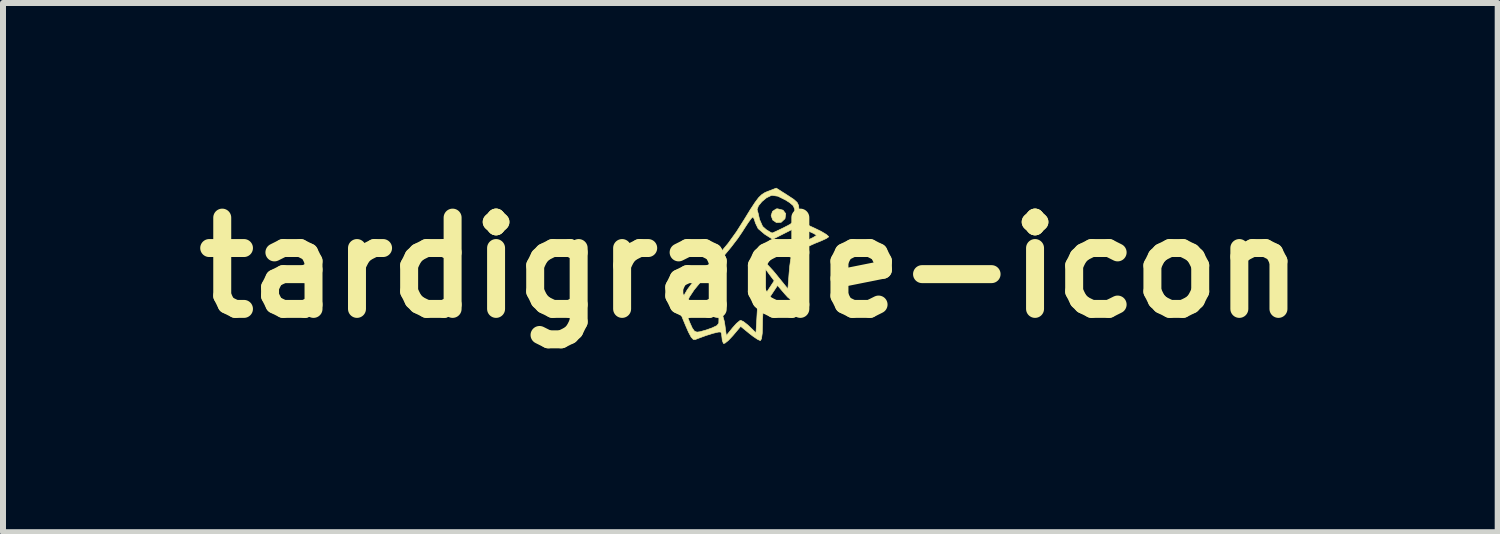
<source format=kicad_pcb>
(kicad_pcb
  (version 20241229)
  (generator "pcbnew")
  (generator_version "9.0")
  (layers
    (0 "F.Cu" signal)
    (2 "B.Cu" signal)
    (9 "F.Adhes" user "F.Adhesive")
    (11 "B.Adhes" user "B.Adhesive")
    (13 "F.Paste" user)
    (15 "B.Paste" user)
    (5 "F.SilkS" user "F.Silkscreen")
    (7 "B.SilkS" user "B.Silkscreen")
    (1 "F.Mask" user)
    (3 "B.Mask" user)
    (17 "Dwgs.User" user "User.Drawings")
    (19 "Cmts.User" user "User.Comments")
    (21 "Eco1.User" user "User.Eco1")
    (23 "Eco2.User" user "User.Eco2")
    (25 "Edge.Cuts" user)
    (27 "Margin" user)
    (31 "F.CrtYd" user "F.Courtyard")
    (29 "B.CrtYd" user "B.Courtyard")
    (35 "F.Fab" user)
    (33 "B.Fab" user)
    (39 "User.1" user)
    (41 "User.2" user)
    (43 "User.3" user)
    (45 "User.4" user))
  (footprint "tardigrade-icon"
    (layer "F.Cu")
    (at 9.478 1.418)
    (property "Reference" "tardigrade-icon" (at 0 0 0) (layer "F.SilkS") (effects (font (size 1.524 1.524) (thickness 0.3))))
    (attr through_hole)
    (fp_poly (pts (xy 0.546 -0.959) (xy 0.591 -0.9) (xy 0.579 -0.819) (xy 0.577 -0.815) (xy 0.514 -0.756) (xy 0.435 -0.752) (xy 0.374 -0.794) (xy 0.347 -0.868) (xy 0.37 -0.939) (xy 0.432 -0.98) (xy 0.455 -0.982) (xy 0.546 -0.959)) (stroke (width 0.01) (type solid)) (fill yes) (layer "F.SilkS"))
    (fp_poly (pts (xy 0.623 -1.206) (xy 0.725 -1.139) (xy 0.781 -1.088) (xy 0.806 -1.036) (xy 0.813 -0.962) (xy 0.813 -0.931) (xy 0.813 -0.777) (xy 1.069 -0.66) (xy 1.184 -0.604) (xy 1.267 -0.554) (xy 1.306 -0.52) (xy 1.307 -0.513) (xy 1.268 -0.486) (xy 1.183 -0.447) (xy 1.081 -0.406) (xy 0.946 -0.346) (xy 0.854 -0.279) (xy 0.788 -0.198) (xy 0.746 -0.129) (xy 0.723 -0.068) (xy 0.714 0.007) (xy 0.717 0.114) (xy 0.725 0.221) (xy 0.733 0.357) (xy 0.734 0.468) (xy 0.728 0.537) (xy 0.725 0.548) (xy 0.69 0.549) (xy 0.624 0.494) (xy 0.577 0.442) (xy 0.454 0.298) (xy 0.329 0.487) (xy 0.265 0.587) (xy 0.228 0.667) (xy 0.21 0.752) (xy 0.204 0.867) (xy 0.203 0.948) (xy 0.199 1.096) (xy 0.186 1.188) (xy 0.167 1.219) (xy 0.122 1.199) (xy 0.045 1.147) (xy -0.016 1.1) (xy -0.161 0.981) (xy -0.292 1.136) (xy -0.365 1.214) (xy -0.423 1.261) (xy -0.449 1.267) (xy -0.469 1.216) (xy -0.474 1.168) (xy -0.482 1.101) (xy -0.494 1.075) (xy -0.534 1.076) (xy -0.622 1.097) (xy -0.74 1.134) (xy -0.874 1.183) (xy -0.919 1.201) (xy -0.952 1.2) (xy -0.988 1.161) (xy -1.033 1.077) (xy -1.082 0.965) (xy -1.189 0.707) (xy -1.186 0.696) (xy -1.074 0.696) (xy -1.057 0.798) (xy -1.015 0.909) (xy -0.969 1.011) (xy -0.932 1.062) (xy -0.891 1.077) (xy -0.843 1.071) (xy -0.745 1.044) (xy -0.637 1.006) (xy -0.631 1.003) (xy -0.558 0.968) (xy -0.527 0.928) (xy -0.525 0.857) (xy -0.53 0.807) (xy -0.538 0.72) (xy -0.532 0.69) (xy -0.509 0.707) (xy -0.498 0.72) (xy -0.465 0.788) (xy -0.436 0.893) (xy -0.425 0.957) (xy -0.401 1.135) (xy -0.299 1.008) (xy -0.232 0.933) (xy -0.177 0.887) (xy -0.159 0.881) (xy -0.114 0.902) (xy -0.044 0.957) (xy -0.014 0.985) (xy 0.094 1.089) (xy 0.118 0.68) (xy 0.132 0.502) (xy 0.148 0.371) (xy 0.166 0.291) (xy 0.183 0.267) (xy 0.198 0.302) (xy 0.21 0.381) (xy 0.22 0.491) (xy 0.398 0.22) (xy 0.326 0.124) (xy 0.246 0.015) (xy 0.201 -0.051) (xy 0.183 -0.088) (xy 0.187 -0.107) (xy 0.198 -0.115) (xy 0.231 -0.099) (xy 0.295 -0.04) (xy 0.379 0.051) (xy 0.428 0.11) (xy 0.627 0.356) (xy 0.646 0.102) (xy 0.658 -0.029) (xy 0.673 -0.139) (xy 0.688 -0.204) (xy 0.69 -0.207) (xy 0.697 -0.245) (xy 0.657 -0.25) (xy 0.628 -0.246) (xy 0.555 -0.238) (xy 0.538 -0.253) (xy 0.573 -0.285) (xy 0.655 -0.331) (xy 0.777 -0.385) (xy 0.829 -0.406) (xy 0.953 -0.457) (xy 1.047 -0.502) (xy 1.097 -0.533) (xy 1.101 -0.541) (xy 1.063 -0.567) (xy 0.983 -0.604) (xy 0.935 -0.623) (xy 0.784 -0.681) (xy 0.578 -0.577) (xy 0.373 -0.473) (xy 0.24 -0.557) (xy 0.13 -0.651) (xy 0.085 -0.744) (xy 0.063 -0.815) (xy 0.04 -0.846) (xy 0.04 -0.846) (xy 0.013 -0.819) (xy -0.039 -0.747) (xy -0.106 -0.644) (xy -0.133 -0.601) (xy -0.211 -0.486) (xy -0.323 -0.34) (xy -0.457 -0.178) (xy -0.599 -0.016) (xy -0.648 0.038) (xy -0.816 0.223) (xy -0.938 0.371) (xy -1.019 0.493) (xy -1.063 0.598) (xy -1.074 0.696) (xy -1.186 0.696) (xy -1.132 0.531) (xy -1.1 0.45) (xy -1.053 0.369) (xy -0.983 0.275) (xy -0.88 0.158) (xy -0.738 0.007) (xy -0.714 -0.017) (xy -0.525 -0.22) (xy -0.37 -0.406) (xy -0.231 -0.599) (xy -0.101 -0.804) (xy 0.001 -0.971) (xy 0.002 -0.972) (xy 0.113 -0.972) (xy 0.115 -0.961) (xy 0.132 -0.901) (xy 0.152 -0.81) (xy 0.153 -0.805) (xy 0.205 -0.688) (xy 0.265 -0.634) (xy 0.33 -0.594) (xy 0.363 -0.577) (xy 0.363 -0.577) (xy 0.395 -0.59) (xy 0.471 -0.625) (xy 0.558 -0.667) (xy 0.661 -0.721) (xy 0.717 -0.763) (xy 0.74 -0.811) (xy 0.745 -0.884) (xy 0.745 -0.896) (xy 0.74 -0.979) (xy 0.715 -1.035) (xy 0.655 -1.086) (xy 0.587 -1.129) (xy 0.46 -1.192) (xy 0.365 -1.206) (xy 0.347 -1.203) (xy 0.27 -1.166) (xy 0.193 -1.102) (xy 0.135 -1.031) (xy 0.113 -0.972) (xy 0.002 -0.972) (xy 0.078 -1.088) (xy 0.138 -1.168) (xy 0.191 -1.219) (xy 0.244 -1.253) (xy 0.292 -1.273) (xy 0.433 -1.327) (xy 0.623 -1.206)) (stroke (width 0.01) (type solid)) (fill yes) (layer "F.SilkS")))
  (gr_rect
    (start -3 -3)
    (end 21.956 5.836)
    (stroke (width 0.1) (type default))
    (fill no)
    (layer "Edge.Cuts")))
</source>
